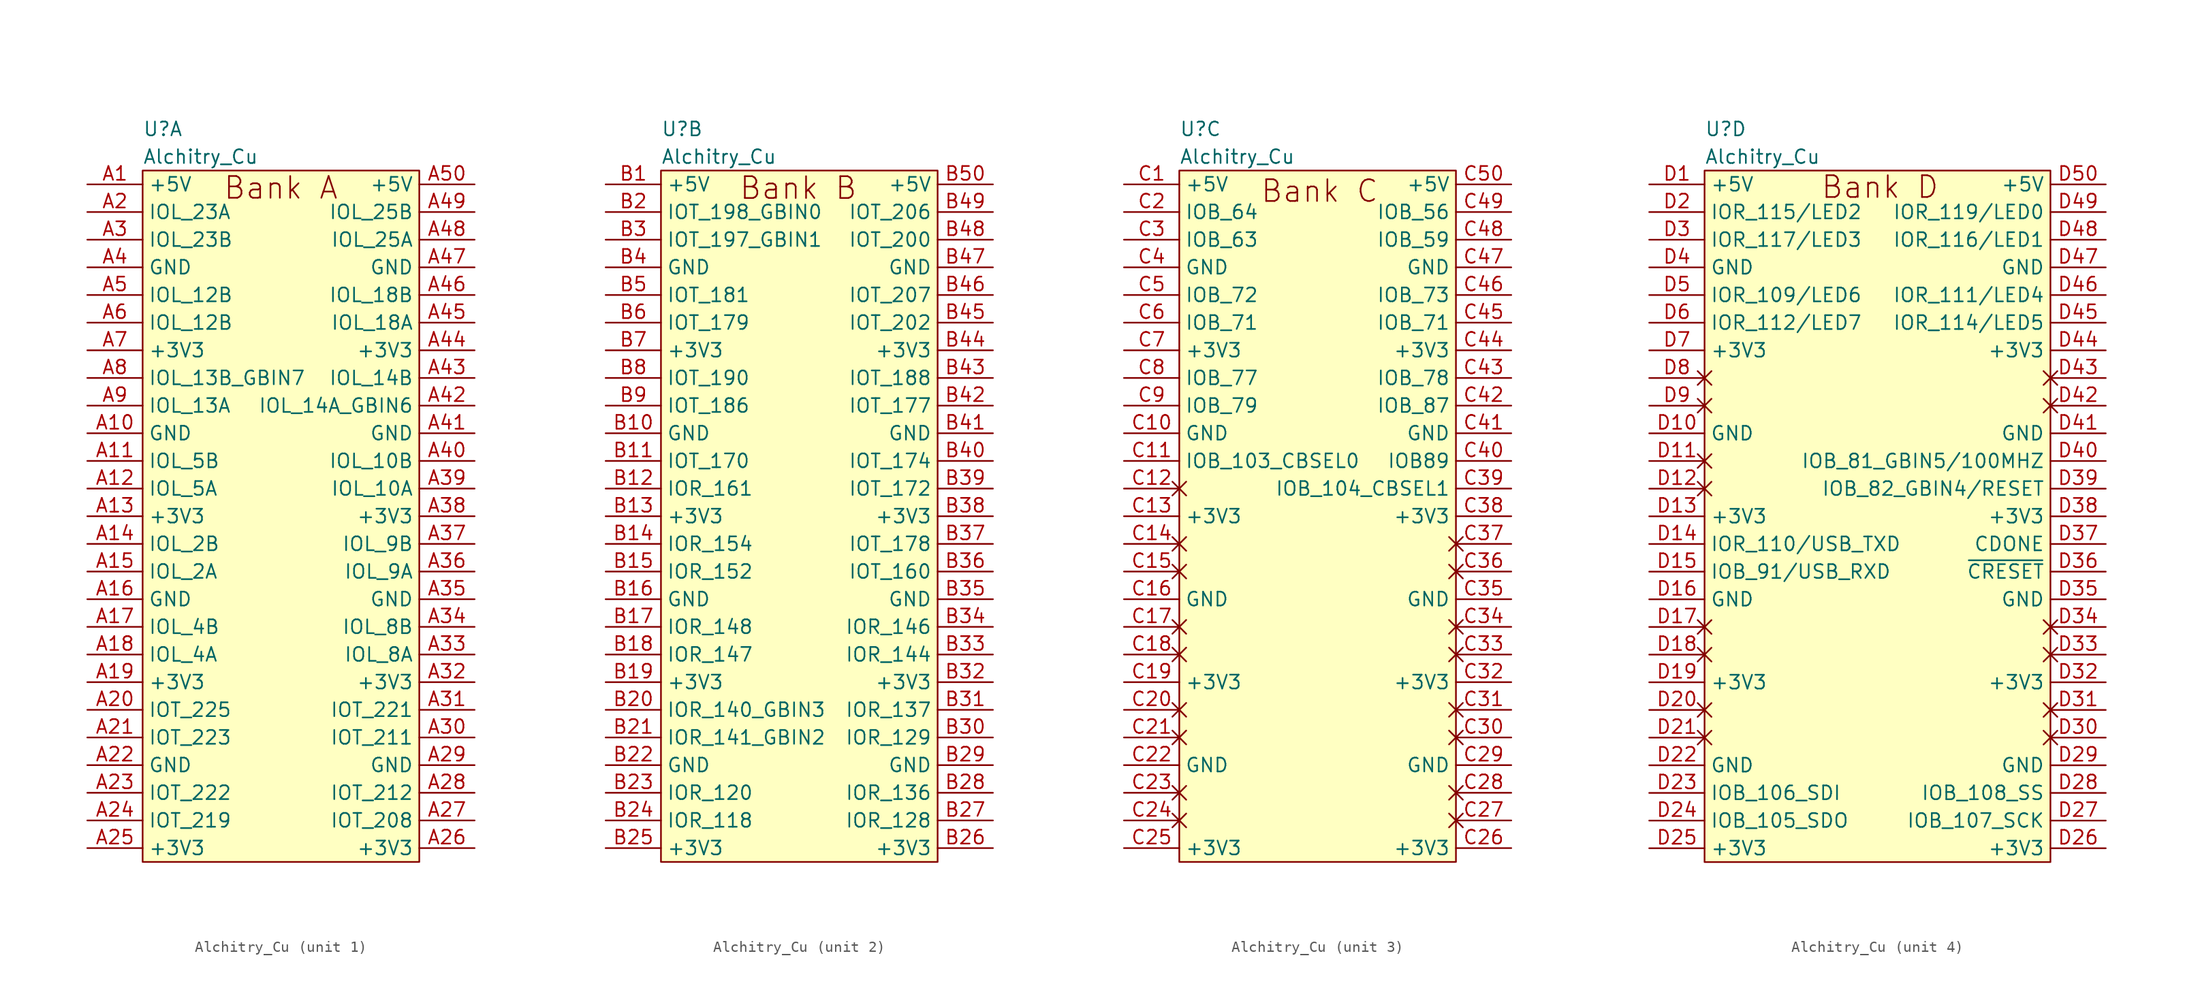
<source format=kicad_sym>
(kicad_symbol_lib
  (version 20211014)
  (generator kicad_symbol_editor)
  (symbol "Alchitry_Cu"
    (property "Reference" "U"
      (at 0 5.08 0)
      (effects (font (size 1.27 1.27)) (justify left)))
    (property "Value" "Alchitry_Cu"
      (at 0 2.54 0)
      (effects (font (size 1.27 1.27)) (justify left)))
    (property "ki_locked" ""
      (at 0 0 0)
      (effects (font (size 1.27 1.27))))
    (symbol "Alchitry_Cu_1_0"
      (text "Bank A" (at 12.692 -0.314 0) (effects (font (size 2 2)))))
    (symbol "Alchitry_Cu_1_1"
      (rectangle (start 0 1.27) (end 25.4 -62.23) (stroke (width 0) (type default) (color 0 0 0 0)) (fill (type background)))
      (pin bidirectional line (at -5.08 0 0) (length 5.08) (name "+5V" (effects (font (size 1.27 1.27)))) (number "A1" (effects (font (size 1.27 1.27)))))
      (pin bidirectional line (at -5.08 -22.86 0) (length 5.08) (name "GND" (effects (font (size 1.27 1.27)))) (number "A10" (effects (font (size 1.27 1.27)))))
      (pin bidirectional line (at -5.08 -25.4 0) (length 5.08) (name "IOL_5B" (effects (font (size 1.27 1.27)))) (number "A11" (effects (font (size 1.27 1.27)))))
      (pin bidirectional line (at -5.08 -27.94 0) (length 5.08) (name "IOL_5A" (effects (font (size 1.27 1.27)))) (number "A12" (effects (font (size 1.27 1.27)))))
      (pin power_out line (at -5.08 -30.48 0) (length 5.08) (name "+3V3" (effects (font (size 1.27 1.27)))) (number "A13" (effects (font (size 1.27 1.27)))))
      (pin bidirectional line (at -5.08 -33.02 0) (length 5.08) (name "IOL_2B" (effects (font (size 1.27 1.27)))) (number "A14" (effects (font (size 1.27 1.27)))))
      (pin bidirectional line (at -5.08 -35.56 0) (length 5.08) (name "IOL_2A" (effects (font (size 1.27 1.27)))) (number "A15" (effects (font (size 1.27 1.27)))))
      (pin bidirectional line (at -5.08 -38.1 0) (length 5.08) (name "GND" (effects (font (size 1.27 1.27)))) (number "A16" (effects (font (size 1.27 1.27)))))
      (pin bidirectional line (at -5.08 -40.64 0) (length 5.08) (name "IOL_4B" (effects (font (size 1.27 1.27)))) (number "A17" (effects (font (size 1.27 1.27)))))
      (pin bidirectional line (at -5.08 -43.18 0) (length 5.08) (name "IOL_4A" (effects (font (size 1.27 1.27)))) (number "A18" (effects (font (size 1.27 1.27)))))
      (pin power_out line (at -5.08 -45.72 0) (length 5.08) (name "+3V3" (effects (font (size 1.27 1.27)))) (number "A19" (effects (font (size 1.27 1.27)))))
      (pin bidirectional line (at -5.08 -2.54 0) (length 5.08) (name "IOL_23A" (effects (font (size 1.27 1.27)))) (number "A2" (effects (font (size 1.27 1.27)))))
      (pin bidirectional line (at -5.08 -48.26 0) (length 5.08) (name "IOT_225" (effects (font (size 1.27 1.27)))) (number "A20" (effects (font (size 1.27 1.27)))))
      (pin bidirectional line (at -5.08 -50.8 0) (length 5.08) (name "IOT_223" (effects (font (size 1.27 1.27)))) (number "A21" (effects (font (size 1.27 1.27)))))
      (pin bidirectional line (at -5.08 -53.34 0) (length 5.08) (name "GND" (effects (font (size 1.27 1.27)))) (number "A22" (effects (font (size 1.27 1.27)))))
      (pin bidirectional line (at -5.08 -55.88 0) (length 5.08) (name "IOT_222" (effects (font (size 1.27 1.27)))) (number "A23" (effects (font (size 1.27 1.27)))))
      (pin bidirectional line (at -5.08 -58.42 0) (length 5.08) (name "IOT_219" (effects (font (size 1.27 1.27)))) (number "A24" (effects (font (size 1.27 1.27)))))
      (pin power_out line (at -5.08 -60.96 0) (length 5.08) (name "+3V3" (effects (font (size 1.27 1.27)))) (number "A25" (effects (font (size 1.27 1.27)))))
      (pin power_out line (at 30.48 -60.96 180) (length 5.08) (name "+3V3" (effects (font (size 1.27 1.27)))) (number "A26" (effects (font (size 1.27 1.27)))))
      (pin bidirectional line (at 30.48 -58.42 180) (length 5.08) (name "IOT_208" (effects (font (size 1.27 1.27)))) (number "A27" (effects (font (size 1.27 1.27)))))
      (pin bidirectional line (at 30.48 -55.88 180) (length 5.08) (name "IOT_212" (effects (font (size 1.27 1.27)))) (number "A28" (effects (font (size 1.27 1.27)))))
      (pin bidirectional line (at 30.48 -53.34 180) (length 5.08) (name "GND" (effects (font (size 1.27 1.27)))) (number "A29" (effects (font (size 1.27 1.27)))))
      (pin bidirectional line (at -5.08 -5.08 0) (length 5.08) (name "IOL_23B" (effects (font (size 1.27 1.27)))) (number "A3" (effects (font (size 1.27 1.27)))))
      (pin bidirectional line (at 30.48 -50.8 180) (length 5.08) (name "IOT_211" (effects (font (size 1.27 1.27)))) (number "A30" (effects (font (size 1.27 1.27)))))
      (pin bidirectional line (at 30.48 -48.26 180) (length 5.08) (name "IOT_221" (effects (font (size 1.27 1.27)))) (number "A31" (effects (font (size 1.27 1.27)))))
      (pin power_out line (at 30.48 -45.72 180) (length 5.08) (name "+3V3" (effects (font (size 1.27 1.27)))) (number "A32" (effects (font (size 1.27 1.27)))))
      (pin bidirectional line (at 30.48 -43.18 180) (length 5.08) (name "IOL_8A" (effects (font (size 1.27 1.27)))) (number "A33" (effects (font (size 1.27 1.27)))))
      (pin bidirectional line (at 30.48 -40.64 180) (length 5.08) (name "IOL_8B" (effects (font (size 1.27 1.27)))) (number "A34" (effects (font (size 1.27 1.27)))))
      (pin bidirectional line (at 30.48 -38.1 180) (length 5.08) (name "GND" (effects (font (size 1.27 1.27)))) (number "A35" (effects (font (size 1.27 1.27)))))
      (pin bidirectional line (at 30.48 -35.56 180) (length 5.08) (name "IOL_9A" (effects (font (size 1.27 1.27)))) (number "A36" (effects (font (size 1.27 1.27)))))
      (pin bidirectional line (at 30.48 -33.02 180) (length 5.08) (name "IOL_9B" (effects (font (size 1.27 1.27)))) (number "A37" (effects (font (size 1.27 1.27)))))
      (pin power_out line (at 30.48 -30.48 180) (length 5.08) (name "+3V3" (effects (font (size 1.27 1.27)))) (number "A38" (effects (font (size 1.27 1.27)))))
      (pin bidirectional line (at 30.48 -27.94 180) (length 5.08) (name "IOL_10A" (effects (font (size 1.27 1.27)))) (number "A39" (effects (font (size 1.27 1.27)))))
      (pin bidirectional line (at -5.08 -7.62 0) (length 5.08) (name "GND" (effects (font (size 1.27 1.27)))) (number "A4" (effects (font (size 1.27 1.27)))))
      (pin bidirectional line (at 30.48 -25.4 180) (length 5.08) (name "IOL_10B" (effects (font (size 1.27 1.27)))) (number "A40" (effects (font (size 1.27 1.27)))))
      (pin bidirectional line (at 30.48 -22.86 180) (length 5.08) (name "GND" (effects (font (size 1.27 1.27)))) (number "A41" (effects (font (size 1.27 1.27)))))
      (pin bidirectional line (at 30.48 -20.32 180) (length 5.08) (name "IOL_14A_GBIN6" (effects (font (size 1.27 1.27)))) (number "A42" (effects (font (size 1.27 1.27)))))
      (pin bidirectional line (at 30.48 -17.78 180) (length 5.08) (name "IOL_14B" (effects (font (size 1.27 1.27)))) (number "A43" (effects (font (size 1.27 1.27)))))
      (pin power_out line (at 30.48 -15.24 180) (length 5.08) (name "+3V3" (effects (font (size 1.27 1.27)))) (number "A44" (effects (font (size 1.27 1.27)))))
      (pin bidirectional line (at 30.48 -12.7 180) (length 5.08) (name "IOL_18A" (effects (font (size 1.27 1.27)))) (number "A45" (effects (font (size 1.27 1.27)))))
      (pin bidirectional line (at 30.48 -10.16 180) (length 5.08) (name "IOL_18B" (effects (font (size 1.27 1.27)))) (number "A46" (effects (font (size 1.27 1.27)))))
      (pin bidirectional line (at 30.48 -7.62 180) (length 5.08) (name "GND" (effects (font (size 1.27 1.27)))) (number "A47" (effects (font (size 1.27 1.27)))))
      (pin bidirectional line (at 30.48 -5.08 180) (length 5.08) (name "IOL_25A" (effects (font (size 1.27 1.27)))) (number "A48" (effects (font (size 1.27 1.27)))))
      (pin bidirectional line (at 30.48 -2.54 180) (length 5.08) (name "IOL_25B" (effects (font (size 1.27 1.27)))) (number "A49" (effects (font (size 1.27 1.27)))))
      (pin bidirectional line (at -5.08 -10.16 0) (length 5.08) (name "IOL_12B" (effects (font (size 1.27 1.27)))) (number "A5" (effects (font (size 1.27 1.27)))))
      (pin bidirectional line (at 30.48 0 180) (length 5.08) (name "+5V" (effects (font (size 1.27 1.27)))) (number "A50" (effects (font (size 1.27 1.27)))))
      (pin bidirectional line (at -5.08 -12.7 0) (length 5.08) (name "IOL_12B" (effects (font (size 1.27 1.27)))) (number "A6" (effects (font (size 1.27 1.27)))))
      (pin power_out line (at -5.08 -15.24 0) (length 5.08) (name "+3V3" (effects (font (size 1.27 1.27)))) (number "A7" (effects (font (size 1.27 1.27)))))
      (pin bidirectional line (at -5.08 -17.78 0) (length 5.08) (name "IOL_13B_GBIN7" (effects (font (size 1.27 1.27)))) (number "A8" (effects (font (size 1.27 1.27)))))
      (pin bidirectional line (at -5.08 -20.32 0) (length 5.08) (name "IOL_13A" (effects (font (size 1.27 1.27)))) (number "A9" (effects (font (size 1.27 1.27))))))
    (symbol "Alchitry_Cu_2_0"
      (text "Bank B" (at 12.607 -0.332 0) (effects (font (size 2 2)))))
    (symbol "Alchitry_Cu_2_1"
      (rectangle (start 0 1.27) (end 25.4 -62.23) (stroke (width 0) (type default) (color 0 0 0 0)) (fill (type background)))
      (pin bidirectional line (at -5.08 0 0) (length 5.08) (name "+5V" (effects (font (size 1.27 1.27)))) (number "B1" (effects (font (size 1.27 1.27)))))
      (pin bidirectional line (at -5.08 -22.86 0) (length 5.08) (name "GND" (effects (font (size 1.27 1.27)))) (number "B10" (effects (font (size 1.27 1.27)))))
      (pin bidirectional line (at -5.08 -25.4 0) (length 5.08) (name "IOT_170" (effects (font (size 1.27 1.27)))) (number "B11" (effects (font (size 1.27 1.27)))))
      (pin bidirectional line (at -5.08 -27.94 0) (length 5.08) (name "IOR_161" (effects (font (size 1.27 1.27)))) (number "B12" (effects (font (size 1.27 1.27)))))
      (pin power_out line (at -5.08 -30.48 0) (length 5.08) (name "+3V3" (effects (font (size 1.27 1.27)))) (number "B13" (effects (font (size 1.27 1.27)))))
      (pin bidirectional line (at -5.08 -33.02 0) (length 5.08) (name "IOR_154" (effects (font (size 1.27 1.27)))) (number "B14" (effects (font (size 1.27 1.27)))))
      (pin bidirectional line (at -5.08 -35.56 0) (length 5.08) (name "IOR_152" (effects (font (size 1.27 1.27)))) (number "B15" (effects (font (size 1.27 1.27)))))
      (pin bidirectional line (at -5.08 -38.1 0) (length 5.08) (name "GND" (effects (font (size 1.27 1.27)))) (number "B16" (effects (font (size 1.27 1.27)))))
      (pin bidirectional line (at -5.08 -40.64 0) (length 5.08) (name "IOR_148" (effects (font (size 1.27 1.27)))) (number "B17" (effects (font (size 1.27 1.27)))))
      (pin bidirectional line (at -5.08 -43.18 0) (length 5.08) (name "IOR_147" (effects (font (size 1.27 1.27)))) (number "B18" (effects (font (size 1.27 1.27)))))
      (pin power_out line (at -5.08 -45.72 0) (length 5.08) (name "+3V3" (effects (font (size 1.27 1.27)))) (number "B19" (effects (font (size 1.27 1.27)))))
      (pin bidirectional line (at -5.08 -2.54 0) (length 5.08) (name "IOT_198_GBIN0" (effects (font (size 1.27 1.27)))) (number "B2" (effects (font (size 1.27 1.27)))))
      (pin bidirectional line (at -5.08 -48.26 0) (length 5.08) (name "IOR_140_GBIN3" (effects (font (size 1.27 1.27)))) (number "B20" (effects (font (size 1.27 1.27)))))
      (pin bidirectional line (at -5.08 -50.8 0) (length 5.08) (name "IOR_141_GBIN2" (effects (font (size 1.27 1.27)))) (number "B21" (effects (font (size 1.27 1.27)))))
      (pin bidirectional line (at -5.08 -53.34 0) (length 5.08) (name "GND" (effects (font (size 1.27 1.27)))) (number "B22" (effects (font (size 1.27 1.27)))))
      (pin bidirectional line (at -5.08 -55.88 0) (length 5.08) (name "IOR_120" (effects (font (size 1.27 1.27)))) (number "B23" (effects (font (size 1.27 1.27)))))
      (pin bidirectional line (at -5.08 -58.42 0) (length 5.08) (name "IOR_118" (effects (font (size 1.27 1.27)))) (number "B24" (effects (font (size 1.27 1.27)))))
      (pin power_out line (at -5.08 -60.96 0) (length 5.08) (name "+3V3" (effects (font (size 1.27 1.27)))) (number "B25" (effects (font (size 1.27 1.27)))))
      (pin power_out line (at 30.48 -60.96 180) (length 5.08) (name "+3V3" (effects (font (size 1.27 1.27)))) (number "B26" (effects (font (size 1.27 1.27)))))
      (pin bidirectional line (at 30.48 -58.42 180) (length 5.08) (name "IOR_128" (effects (font (size 1.27 1.27)))) (number "B27" (effects (font (size 1.27 1.27)))))
      (pin bidirectional line (at 30.48 -55.88 180) (length 5.08) (name "IOR_136" (effects (font (size 1.27 1.27)))) (number "B28" (effects (font (size 1.27 1.27)))))
      (pin bidirectional line (at 30.48 -53.34 180) (length 5.08) (name "GND" (effects (font (size 1.27 1.27)))) (number "B29" (effects (font (size 1.27 1.27)))))
      (pin bidirectional line (at -5.08 -5.08 0) (length 5.08) (name "IOT_197_GBIN1" (effects (font (size 1.27 1.27)))) (number "B3" (effects (font (size 1.27 1.27)))))
      (pin bidirectional line (at 30.48 -50.8 180) (length 5.08) (name "IOR_129" (effects (font (size 1.27 1.27)))) (number "B30" (effects (font (size 1.27 1.27)))))
      (pin bidirectional line (at 30.48 -48.26 180) (length 5.08) (name "IOR_137" (effects (font (size 1.27 1.27)))) (number "B31" (effects (font (size 1.27 1.27)))))
      (pin power_out line (at 30.48 -45.72 180) (length 5.08) (name "+3V3" (effects (font (size 1.27 1.27)))) (number "B32" (effects (font (size 1.27 1.27)))))
      (pin bidirectional line (at 30.48 -43.18 180) (length 5.08) (name "IOR_144" (effects (font (size 1.27 1.27)))) (number "B33" (effects (font (size 1.27 1.27)))))
      (pin bidirectional line (at 30.48 -40.64 180) (length 5.08) (name "IOR_146" (effects (font (size 1.27 1.27)))) (number "B34" (effects (font (size 1.27 1.27)))))
      (pin bidirectional line (at 30.48 -38.1 180) (length 5.08) (name "GND" (effects (font (size 1.27 1.27)))) (number "B35" (effects (font (size 1.27 1.27)))))
      (pin bidirectional line (at 30.48 -35.56 180) (length 5.08) (name "IOT_160" (effects (font (size 1.27 1.27)))) (number "B36" (effects (font (size 1.27 1.27)))))
      (pin bidirectional line (at 30.48 -33.02 180) (length 5.08) (name "IOT_178" (effects (font (size 1.27 1.27)))) (number "B37" (effects (font (size 1.27 1.27)))))
      (pin power_out line (at 30.48 -30.48 180) (length 5.08) (name "+3V3" (effects (font (size 1.27 1.27)))) (number "B38" (effects (font (size 1.27 1.27)))))
      (pin bidirectional line (at 30.48 -27.94 180) (length 5.08) (name "IOT_172" (effects (font (size 1.27 1.27)))) (number "B39" (effects (font (size 1.27 1.27)))))
      (pin bidirectional line (at -5.08 -7.62 0) (length 5.08) (name "GND" (effects (font (size 1.27 1.27)))) (number "B4" (effects (font (size 1.27 1.27)))))
      (pin bidirectional line (at 30.48 -25.4 180) (length 5.08) (name "IOT_174" (effects (font (size 1.27 1.27)))) (number "B40" (effects (font (size 1.27 1.27)))))
      (pin bidirectional line (at 30.48 -22.86 180) (length 5.08) (name "GND" (effects (font (size 1.27 1.27)))) (number "B41" (effects (font (size 1.27 1.27)))))
      (pin bidirectional line (at 30.48 -20.32 180) (length 5.08) (name "IOT_177" (effects (font (size 1.27 1.27)))) (number "B42" (effects (font (size 1.27 1.27)))))
      (pin bidirectional line (at 30.48 -17.78 180) (length 5.08) (name "IOT_188" (effects (font (size 1.27 1.27)))) (number "B43" (effects (font (size 1.27 1.27)))))
      (pin power_out line (at 30.48 -15.24 180) (length 5.08) (name "+3V3" (effects (font (size 1.27 1.27)))) (number "B44" (effects (font (size 1.27 1.27)))))
      (pin bidirectional line (at 30.48 -12.7 180) (length 5.08) (name "IOT_202" (effects (font (size 1.27 1.27)))) (number "B45" (effects (font (size 1.27 1.27)))))
      (pin bidirectional line (at 30.48 -10.16 180) (length 5.08) (name "IOT_207" (effects (font (size 1.27 1.27)))) (number "B46" (effects (font (size 1.27 1.27)))))
      (pin bidirectional line (at 30.48 -7.62 180) (length 5.08) (name "GND" (effects (font (size 1.27 1.27)))) (number "B47" (effects (font (size 1.27 1.27)))))
      (pin bidirectional line (at 30.48 -5.08 180) (length 5.08) (name "IOT_200" (effects (font (size 1.27 1.27)))) (number "B48" (effects (font (size 1.27 1.27)))))
      (pin bidirectional line (at 30.48 -2.54 180) (length 5.08) (name "IOT_206" (effects (font (size 1.27 1.27)))) (number "B49" (effects (font (size 1.27 1.27)))))
      (pin bidirectional line (at -5.08 -10.16 0) (length 5.08) (name "IOT_181" (effects (font (size 1.27 1.27)))) (number "B5" (effects (font (size 1.27 1.27)))))
      (pin bidirectional line (at 30.48 0 180) (length 5.08) (name "+5V" (effects (font (size 1.27 1.27)))) (number "B50" (effects (font (size 1.27 1.27)))))
      (pin bidirectional line (at -5.08 -12.7 0) (length 5.08) (name "IOT_179" (effects (font (size 1.27 1.27)))) (number "B6" (effects (font (size 1.27 1.27)))))
      (pin power_out line (at -5.08 -15.24 0) (length 5.08) (name "+3V3" (effects (font (size 1.27 1.27)))) (number "B7" (effects (font (size 1.27 1.27)))))
      (pin bidirectional line (at -5.08 -17.78 0) (length 5.08) (name "IOT_190" (effects (font (size 1.27 1.27)))) (number "B8" (effects (font (size 1.27 1.27)))))
      (pin bidirectional line (at -5.08 -20.32 0) (length 5.08) (name "IOT_186" (effects (font (size 1.27 1.27)))) (number "B9" (effects (font (size 1.27 1.27))))))
    (symbol "Alchitry_Cu_3_0"
      (text "Bank C" (at 12.883 -0.608 0) (effects (font (size 2 2)))))
    (symbol "Alchitry_Cu_3_1"
      (rectangle (start 0 1.27) (end 25.4 -62.23) (stroke (width 0) (type default) (color 0 0 0 0)) (fill (type background)))
      (pin bidirectional line (at -5.08 0 0) (length 5.08) (name "+5V" (effects (font (size 1.27 1.27)))) (number "C1" (effects (font (size 1.27 1.27)))))
      (pin bidirectional line (at -5.08 -22.86 0) (length 5.08) (name "GND" (effects (font (size 1.27 1.27)))) (number "C10" (effects (font (size 1.27 1.27)))))
      (pin bidirectional line (at -5.08 -25.4 0) (length 5.08) (name "IOB_103_CBSEL0" (effects (font (size 1.27 1.27)))) (number "C11" (effects (font (size 1.27 1.27)))))
      (pin free non_logic (at -5.08 -27.94 0) (length 5.08) (name "" (effects (font (size 1.27 1.27)))) (number "C12" (effects (font (size 1.27 1.27)))))
      (pin power_out line (at -5.08 -30.48 0) (length 5.08) (name "+3V3" (effects (font (size 1.27 1.27)))) (number "C13" (effects (font (size 1.27 1.27)))))
      (pin free non_logic (at -5.08 -33.02 0) (length 5.08) (name "" (effects (font (size 1.27 1.27)))) (number "C14" (effects (font (size 1.27 1.27)))))
      (pin free non_logic (at -5.08 -35.56 0) (length 5.08) (name "" (effects (font (size 1.27 1.27)))) (number "C15" (effects (font (size 1.27 1.27)))))
      (pin bidirectional line (at -5.08 -38.1 0) (length 5.08) (name "GND" (effects (font (size 1.27 1.27)))) (number "C16" (effects (font (size 1.27 1.27)))))
      (pin free non_logic (at -5.08 -40.64 0) (length 5.08) (name "" (effects (font (size 1.27 1.27)))) (number "C17" (effects (font (size 1.27 1.27)))))
      (pin free non_logic (at -5.08 -43.18 0) (length 5.08) (name "" (effects (font (size 1.27 1.27)))) (number "C18" (effects (font (size 1.27 1.27)))))
      (pin power_out line (at -5.08 -45.72 0) (length 5.08) (name "+3V3" (effects (font (size 1.27 1.27)))) (number "C19" (effects (font (size 1.27 1.27)))))
      (pin bidirectional line (at -5.08 -2.54 0) (length 5.08) (name "IOB_64" (effects (font (size 1.27 1.27)))) (number "C2" (effects (font (size 1.27 1.27)))))
      (pin free non_logic (at -5.08 -48.26 0) (length 5.08) (name "" (effects (font (size 1.27 1.27)))) (number "C20" (effects (font (size 1.27 1.27)))))
      (pin free non_logic (at -5.08 -50.8 0) (length 5.08) (name "" (effects (font (size 1.27 1.27)))) (number "C21" (effects (font (size 1.27 1.27)))))
      (pin bidirectional line (at -5.08 -53.34 0) (length 5.08) (name "GND" (effects (font (size 1.27 1.27)))) (number "C22" (effects (font (size 1.27 1.27)))))
      (pin free non_logic (at -5.08 -55.88 0) (length 5.08) (name "" (effects (font (size 1.27 1.27)))) (number "C23" (effects (font (size 1.27 1.27)))))
      (pin free non_logic (at -5.08 -58.42 0) (length 5.08) (name "" (effects (font (size 1.27 1.27)))) (number "C24" (effects (font (size 1.27 1.27)))))
      (pin power_out line (at -5.08 -60.96 0) (length 5.08) (name "+3V3" (effects (font (size 1.27 1.27)))) (number "C25" (effects (font (size 1.27 1.27)))))
      (pin power_out line (at 30.48 -60.96 180) (length 5.08) (name "+3V3" (effects (font (size 1.27 1.27)))) (number "C26" (effects (font (size 1.27 1.27)))))
      (pin free non_logic (at 30.48 -58.42 180) (length 5.08) (name "" (effects (font (size 1.27 1.27)))) (number "C27" (effects (font (size 1.27 1.27)))))
      (pin free non_logic (at 30.48 -55.88 180) (length 5.08) (name "" (effects (font (size 1.27 1.27)))) (number "C28" (effects (font (size 1.27 1.27)))))
      (pin bidirectional line (at 30.48 -53.34 180) (length 5.08) (name "GND" (effects (font (size 1.27 1.27)))) (number "C29" (effects (font (size 1.27 1.27)))))
      (pin bidirectional line (at -5.08 -5.08 0) (length 5.08) (name "IOB_63" (effects (font (size 1.27 1.27)))) (number "C3" (effects (font (size 1.27 1.27)))))
      (pin free non_logic (at 30.48 -50.8 180) (length 5.08) (name "" (effects (font (size 1.27 1.27)))) (number "C30" (effects (font (size 1.27 1.27)))))
      (pin free non_logic (at 30.48 -48.26 180) (length 5.08) (name "" (effects (font (size 1.27 1.27)))) (number "C31" (effects (font (size 1.27 1.27)))))
      (pin power_out line (at 30.48 -45.72 180) (length 5.08) (name "+3V3" (effects (font (size 1.27 1.27)))) (number "C32" (effects (font (size 1.27 1.27)))))
      (pin free non_logic (at 30.48 -43.18 180) (length 5.08) (name "" (effects (font (size 1.27 1.27)))) (number "C33" (effects (font (size 1.27 1.27)))))
      (pin free non_logic (at 30.48 -40.64 180) (length 5.08) (name "" (effects (font (size 1.27 1.27)))) (number "C34" (effects (font (size 1.27 1.27)))))
      (pin bidirectional line (at 30.48 -38.1 180) (length 5.08) (name "GND" (effects (font (size 1.27 1.27)))) (number "C35" (effects (font (size 1.27 1.27)))))
      (pin free non_logic (at 30.48 -35.56 180) (length 5.08) (name "" (effects (font (size 1.27 1.27)))) (number "C36" (effects (font (size 1.27 1.27)))))
      (pin free non_logic (at 30.48 -33.02 180) (length 5.08) (name "" (effects (font (size 1.27 1.27)))) (number "C37" (effects (font (size 1.27 1.27)))))
      (pin power_out line (at 30.48 -30.48 180) (length 5.08) (name "+3V3" (effects (font (size 1.27 1.27)))) (number "C38" (effects (font (size 1.27 1.27)))))
      (pin bidirectional line (at 30.48 -27.94 180) (length 5.08) (name "IOB_104_CBSEL1" (effects (font (size 1.27 1.27)))) (number "C39" (effects (font (size 1.27 1.27)))))
      (pin bidirectional line (at -5.08 -7.62 0) (length 5.08) (name "GND" (effects (font (size 1.27 1.27)))) (number "C4" (effects (font (size 1.27 1.27)))))
      (pin bidirectional line (at 30.48 -25.4 180) (length 5.08) (name "IOB89" (effects (font (size 1.27 1.27)))) (number "C40" (effects (font (size 1.27 1.27)))))
      (pin bidirectional line (at 30.48 -22.86 180) (length 5.08) (name "GND" (effects (font (size 1.27 1.27)))) (number "C41" (effects (font (size 1.27 1.27)))))
      (pin bidirectional line (at 30.48 -20.32 180) (length 5.08) (name "IOB_87" (effects (font (size 1.27 1.27)))) (number "C42" (effects (font (size 1.27 1.27)))))
      (pin bidirectional line (at 30.48 -17.78 180) (length 5.08) (name "IOB_78" (effects (font (size 1.27 1.27)))) (number "C43" (effects (font (size 1.27 1.27)))))
      (pin power_out line (at 30.48 -15.24 180) (length 5.08) (name "+3V3" (effects (font (size 1.27 1.27)))) (number "C44" (effects (font (size 1.27 1.27)))))
      (pin bidirectional line (at 30.48 -12.7 180) (length 5.08) (name "IOB_71" (effects (font (size 1.27 1.27)))) (number "C45" (effects (font (size 1.27 1.27)))))
      (pin bidirectional line (at 30.48 -10.16 180) (length 5.08) (name "IOB_73" (effects (font (size 1.27 1.27)))) (number "C46" (effects (font (size 1.27 1.27)))))
      (pin bidirectional line (at 30.48 -7.62 180) (length 5.08) (name "GND" (effects (font (size 1.27 1.27)))) (number "C47" (effects (font (size 1.27 1.27)))))
      (pin bidirectional line (at 30.48 -5.08 180) (length 5.08) (name "IOB_59" (effects (font (size 1.27 1.27)))) (number "C48" (effects (font (size 1.27 1.27)))))
      (pin bidirectional line (at 30.48 -2.54 180) (length 5.08) (name "IOB_56" (effects (font (size 1.27 1.27)))) (number "C49" (effects (font (size 1.27 1.27)))))
      (pin bidirectional line (at -5.08 -10.16 0) (length 5.08) (name "IOB_72" (effects (font (size 1.27 1.27)))) (number "C5" (effects (font (size 1.27 1.27)))))
      (pin bidirectional line (at 30.48 0 180) (length 5.08) (name "+5V" (effects (font (size 1.27 1.27)))) (number "C50" (effects (font (size 1.27 1.27)))))
      (pin bidirectional line (at -5.08 -12.7 0) (length 5.08) (name "IOB_71" (effects (font (size 1.27 1.27)))) (number "C6" (effects (font (size 1.27 1.27)))))
      (pin power_out line (at -5.08 -15.24 0) (length 5.08) (name "+3V3" (effects (font (size 1.27 1.27)))) (number "C7" (effects (font (size 1.27 1.27)))))
      (pin bidirectional line (at -5.08 -17.78 0) (length 5.08) (name "IOB_77" (effects (font (size 1.27 1.27)))) (number "C8" (effects (font (size 1.27 1.27)))))
      (pin bidirectional line (at -5.08 -20.32 0) (length 5.08) (name "IOB_79" (effects (font (size 1.27 1.27)))) (number "C9" (effects (font (size 1.27 1.27))))))
    (symbol "Alchitry_Cu_4_0"
      (text "Bank D" (at 16.104 -0.239 0) (effects (font (size 2 2)))))
    (symbol "Alchitry_Cu_4_1"
      (rectangle (start 0 1.27) (end 31.75 -62.23) (stroke (width 0) (type default) (color 0 0 0 0)) (fill (type background)))
      (pin bidirectional line (at -5.08 0 0) (length 5.08) (name "+5V" (effects (font (size 1.27 1.27)))) (number "D1" (effects (font (size 1.27 1.27)))))
      (pin bidirectional line (at -5.08 -22.86 0) (length 5.08) (name "GND" (effects (font (size 1.27 1.27)))) (number "D10" (effects (font (size 1.27 1.27)))))
      (pin free non_logic (at -5.08 -25.4 0) (length 5.08) (name "" (effects (font (size 1.27 1.27)))) (number "D11" (effects (font (size 1.27 1.27)))))
      (pin free non_logic (at -5.08 -27.94 0) (length 5.08) (name "" (effects (font (size 1.27 1.27)))) (number "D12" (effects (font (size 1.27 1.27)))))
      (pin power_out line (at -5.08 -30.48 0) (length 5.08) (name "+3V3" (effects (font (size 1.27 1.27)))) (number "D13" (effects (font (size 1.27 1.27)))))
      (pin bidirectional line (at -5.08 -33.02 0) (length 5.08) (name "IOR_110/USB_TXD" (effects (font (size 1.27 1.27)))) (number "D14" (effects (font (size 1.27 1.27)))))
      (pin bidirectional line (at -5.08 -35.56 0) (length 5.08) (name "IOB_91/USB_RXD" (effects (font (size 1.27 1.27)))) (number "D15" (effects (font (size 1.27 1.27)))))
      (pin bidirectional line (at -5.08 -38.1 0) (length 5.08) (name "GND" (effects (font (size 1.27 1.27)))) (number "D16" (effects (font (size 1.27 1.27)))))
      (pin free non_logic (at -5.08 -40.64 0) (length 5.08) (name "" (effects (font (size 1.27 1.27)))) (number "D17" (effects (font (size 1.27 1.27)))))
      (pin free non_logic (at -5.08 -43.18 0) (length 5.08) (name "" (effects (font (size 1.27 1.27)))) (number "D18" (effects (font (size 1.27 1.27)))))
      (pin power_out line (at -5.08 -45.72 0) (length 5.08) (name "+3V3" (effects (font (size 1.27 1.27)))) (number "D19" (effects (font (size 1.27 1.27)))))
      (pin bidirectional line (at -5.08 -2.54 0) (length 5.08) (name "IOR_115/LED2" (effects (font (size 1.27 1.27)))) (number "D2" (effects (font (size 1.27 1.27)))))
      (pin free non_logic (at -5.08 -48.26 0) (length 5.08) (name "" (effects (font (size 1.27 1.27)))) (number "D20" (effects (font (size 1.27 1.27)))))
      (pin free non_logic (at -5.08 -50.8 0) (length 5.08) (name "" (effects (font (size 1.27 1.27)))) (number "D21" (effects (font (size 1.27 1.27)))))
      (pin bidirectional line (at -5.08 -53.34 0) (length 5.08) (name "GND" (effects (font (size 1.27 1.27)))) (number "D22" (effects (font (size 1.27 1.27)))))
      (pin bidirectional line (at -5.08 -55.88 0) (length 5.08) (name "IOB_106_SDI" (effects (font (size 1.27 1.27)))) (number "D23" (effects (font (size 1.27 1.27)))))
      (pin bidirectional line (at -5.08 -58.42 0) (length 5.08) (name "IOB_105_SDO" (effects (font (size 1.27 1.27)))) (number "D24" (effects (font (size 1.27 1.27)))))
      (pin power_out line (at -5.08 -60.96 0) (length 5.08) (name "+3V3" (effects (font (size 1.27 1.27)))) (number "D25" (effects (font (size 1.27 1.27)))))
      (pin power_out line (at 36.83 -60.96 180) (length 5.08) (name "+3V3" (effects (font (size 1.27 1.27)))) (number "D26" (effects (font (size 1.27 1.27)))))
      (pin bidirectional line (at 36.83 -58.42 180) (length 5.08) (name "IOB_107_SCK" (effects (font (size 1.27 1.27)))) (number "D27" (effects (font (size 1.27 1.27)))))
      (pin bidirectional line (at 36.83 -55.88 180) (length 5.08) (name "IOB_108_SS" (effects (font (size 1.27 1.27)))) (number "D28" (effects (font (size 1.27 1.27)))))
      (pin bidirectional line (at 36.83 -53.34 180) (length 5.08) (name "GND" (effects (font (size 1.27 1.27)))) (number "D29" (effects (font (size 1.27 1.27)))))
      (pin bidirectional line (at -5.08 -5.08 0) (length 5.08) (name "IOR_117/LED3" (effects (font (size 1.27 1.27)))) (number "D3" (effects (font (size 1.27 1.27)))))
      (pin free non_logic (at 36.83 -50.8 180) (length 5.08) (name "" (effects (font (size 1.27 1.27)))) (number "D30" (effects (font (size 1.27 1.27)))))
      (pin free non_logic (at 36.83 -48.26 180) (length 5.08) (name "" (effects (font (size 1.27 1.27)))) (number "D31" (effects (font (size 1.27 1.27)))))
      (pin power_out line (at 36.83 -45.72 180) (length 5.08) (name "+3V3" (effects (font (size 1.27 1.27)))) (number "D32" (effects (font (size 1.27 1.27)))))
      (pin free non_logic (at 36.83 -43.18 180) (length 5.08) (name "" (effects (font (size 1.27 1.27)))) (number "D33" (effects (font (size 1.27 1.27)))))
      (pin free non_logic (at 36.83 -40.64 180) (length 5.08) (name "" (effects (font (size 1.27 1.27)))) (number "D34" (effects (font (size 1.27 1.27)))))
      (pin bidirectional line (at 36.83 -38.1 180) (length 5.08) (name "GND" (effects (font (size 1.27 1.27)))) (number "D35" (effects (font (size 1.27 1.27)))))
      (pin bidirectional line (at 36.83 -35.56 180) (length 5.08) (name "~{CRESET}" (effects (font (size 1.27 1.27)))) (number "D36" (effects (font (size 1.27 1.27)))))
      (pin bidirectional line (at 36.83 -33.02 180) (length 5.08) (name "CDONE" (effects (font (size 1.27 1.27)))) (number "D37" (effects (font (size 1.27 1.27)))))
      (pin power_out line (at 36.83 -30.48 180) (length 5.08) (name "+3V3" (effects (font (size 1.27 1.27)))) (number "D38" (effects (font (size 1.27 1.27)))))
      (pin bidirectional line (at 36.83 -27.94 180) (length 5.08) (name "IOB_82_GBIN4/RESET" (effects (font (size 1.27 1.27)))) (number "D39" (effects (font (size 1.27 1.27)))))
      (pin bidirectional line (at -5.08 -7.62 0) (length 5.08) (name "GND" (effects (font (size 1.27 1.27)))) (number "D4" (effects (font (size 1.27 1.27)))))
      (pin bidirectional line (at 36.83 -25.4 180) (length 5.08) (name "IOB_81_GBIN5/100MHZ" (effects (font (size 1.27 1.27)))) (number "D40" (effects (font (size 1.27 1.27)))))
      (pin bidirectional line (at 36.83 -22.86 180) (length 5.08) (name "GND" (effects (font (size 1.27 1.27)))) (number "D41" (effects (font (size 1.27 1.27)))))
      (pin free non_logic (at 36.83 -20.32 180) (length 5.08) (name "" (effects (font (size 1.27 1.27)))) (number "D42" (effects (font (size 1.27 1.27)))))
      (pin free non_logic (at 36.83 -17.78 180) (length 5.08) (name "" (effects (font (size 1.27 1.27)))) (number "D43" (effects (font (size 1.27 1.27)))))
      (pin power_out line (at 36.83 -15.24 180) (length 5.08) (name "+3V3" (effects (font (size 1.27 1.27)))) (number "D44" (effects (font (size 1.27 1.27)))))
      (pin bidirectional line (at 36.83 -12.7 180) (length 5.08) (name "IOR_114/LED5" (effects (font (size 1.27 1.27)))) (number "D45" (effects (font (size 1.27 1.27)))))
      (pin bidirectional line (at 36.83 -10.16 180) (length 5.08) (name "IOR_111/LED4" (effects (font (size 1.27 1.27)))) (number "D46" (effects (font (size 1.27 1.27)))))
      (pin bidirectional line (at 36.83 -7.62 180) (length 5.08) (name "GND" (effects (font (size 1.27 1.27)))) (number "D47" (effects (font (size 1.27 1.27)))))
      (pin bidirectional line (at 36.83 -5.08 180) (length 5.08) (name "IOR_116/LED1" (effects (font (size 1.27 1.27)))) (number "D48" (effects (font (size 1.27 1.27)))))
      (pin bidirectional line (at 36.83 -2.54 180) (length 5.08) (name "IOR_119/LED0" (effects (font (size 1.27 1.27)))) (number "D49" (effects (font (size 1.27 1.27)))))
      (pin bidirectional line (at -5.08 -10.16 0) (length 5.08) (name "IOR_109/LED6" (effects (font (size 1.27 1.27)))) (number "D5" (effects (font (size 1.27 1.27)))))
      (pin bidirectional line (at 36.83 0 180) (length 5.08) (name "+5V" (effects (font (size 1.27 1.27)))) (number "D50" (effects (font (size 1.27 1.27)))))
      (pin bidirectional line (at -5.08 -12.7 0) (length 5.08) (name "IOR_112/LED7" (effects (font (size 1.27 1.27)))) (number "D6" (effects (font (size 1.27 1.27)))))
      (pin power_out line (at -5.08 -15.24 0) (length 5.08) (name "+3V3" (effects (font (size 1.27 1.27)))) (number "D7" (effects (font (size 1.27 1.27)))))
      (pin free non_logic (at -5.08 -17.78 0) (length 5.08) (name "" (effects (font (size 1.27 1.27)))) (number "D8" (effects (font (size 1.27 1.27)))))
      (pin free non_logic (at -5.08 -20.32 0) (length 5.08) (name "" (effects (font (size 1.27 1.27)))) (number "D9" (effects (font (size 1.27 1.27))))))))
</source>
